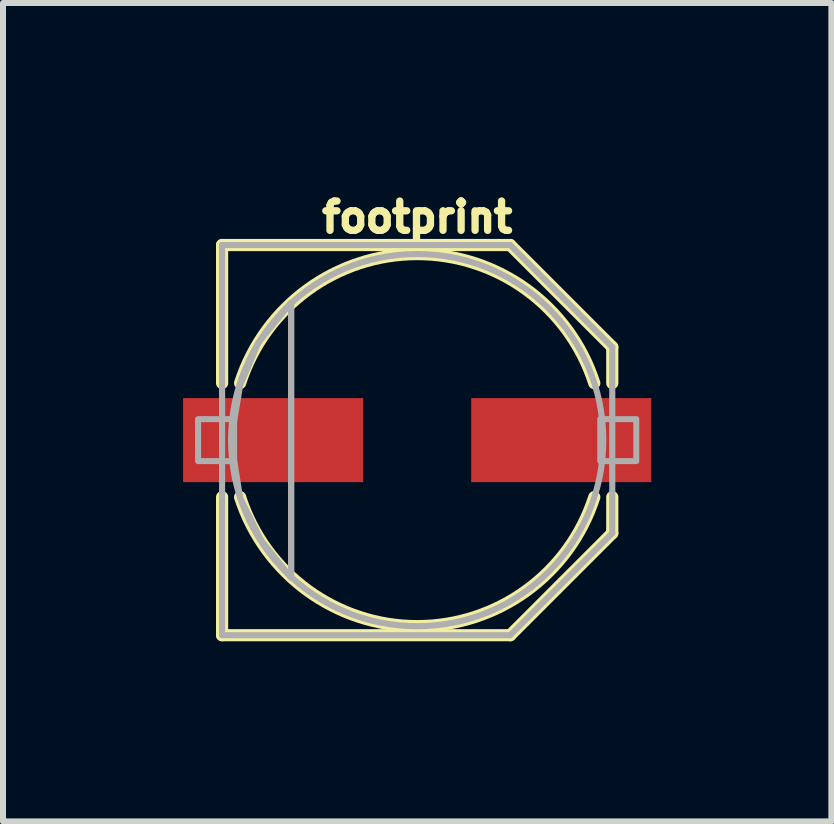
<source format=kicad_pcb>
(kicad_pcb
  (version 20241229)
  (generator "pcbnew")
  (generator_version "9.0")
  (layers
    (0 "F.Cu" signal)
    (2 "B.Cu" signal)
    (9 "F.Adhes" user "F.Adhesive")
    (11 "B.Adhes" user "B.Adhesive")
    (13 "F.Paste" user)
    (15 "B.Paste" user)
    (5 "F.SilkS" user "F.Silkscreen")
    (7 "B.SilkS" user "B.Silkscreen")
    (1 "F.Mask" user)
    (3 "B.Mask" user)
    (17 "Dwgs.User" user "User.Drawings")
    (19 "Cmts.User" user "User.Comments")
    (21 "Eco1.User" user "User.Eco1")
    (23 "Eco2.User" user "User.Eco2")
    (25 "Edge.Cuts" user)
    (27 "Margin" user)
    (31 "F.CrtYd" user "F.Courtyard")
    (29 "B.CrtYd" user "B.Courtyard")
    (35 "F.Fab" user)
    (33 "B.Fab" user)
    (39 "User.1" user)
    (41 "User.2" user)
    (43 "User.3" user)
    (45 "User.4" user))
  (footprint "footprint"
    (layer "F.Cu")
    (at 3.9 4.282)
    (property "Reference" "footprint" (at 0 -3.429 0) (layer "F.SilkS") (effects (font (size 0.488 0.488) (thickness 0.122)) (justify bottom)))
    (fp_line (start -3.25 -3.25) (end 1.55 -3.25) (stroke (width 0.203) (type solid)) (layer "F.SilkS"))
    (fp_line (start -3.25 -0.95) (end -3.25 -3.25) (stroke (width 0.203) (type solid)) (layer "F.SilkS"))
    (fp_line (start -3.25 3.25) (end -3.25 0.95) (stroke (width 0.203) (type solid)) (layer "F.SilkS"))
    (fp_line (start 1.55 -3.25) (end 3.25 -1.55) (stroke (width 0.203) (type solid)) (layer "F.SilkS"))
    (fp_line (start 1.55 3.25) (end -3.25 3.25) (stroke (width 0.203) (type solid)) (layer "F.SilkS"))
    (fp_line (start 3.25 -1.55) (end 3.25 -0.95) (stroke (width 0.203) (type solid)) (layer "F.SilkS"))
    (fp_line (start 3.25 0.95) (end 3.25 1.55) (stroke (width 0.203) (type solid)) (layer "F.SilkS"))
    (fp_line (start 3.25 1.55) (end 1.55 3.25) (stroke (width 0.203) (type solid)) (layer "F.SilkS"))
    (fp_arc (start -2.95 -0.95) (mid 0 -3.099193) (end 2.95 -0.95) (stroke (width 0.2032) (type solid)) (layer "F.SilkS"))
    (fp_arc (start 2.95 0.95) (mid 0 3.099193) (end -2.95 0.95) (stroke (width 0.2032) (type solid)) (layer "F.SilkS"))
    (fp_line (start -3.25 -3.25) (end 1.55 -3.25) (stroke (width 0.102) (type solid)) (layer "F.Fab"))
    (fp_line (start -3.25 3.25) (end -3.25 -3.25) (stroke (width 0.102) (type solid)) (layer "F.Fab"))
    (fp_line (start -2.1 -2.25) (end -2.1 2.2) (stroke (width 0.102) (type solid)) (layer "F.Fab"))
    (fp_line (start 1.55 -3.25) (end 3.25 -1.55) (stroke (width 0.102) (type solid)) (layer "F.Fab"))
    (fp_line (start 1.55 3.25) (end -3.25 3.25) (stroke (width 0.102) (type solid)) (layer "F.Fab"))
    (fp_line (start 3.25 -1.55) (end 3.25 1.55) (stroke (width 0.102) (type solid)) (layer "F.Fab"))
    (fp_line (start 3.25 1.55) (end 1.55 3.25) (stroke (width 0.102) (type solid)) (layer "F.Fab"))
    (fp_circle (center 0 0) (end 3.1 0) (stroke (width 0.102) (type solid)) (fill no) (layer "F.Fab"))
    (fp_poly (pts (xy -3.65 0.35) (xy -3.05 0.35) (xy -3.05 -0.35) (xy -3.65 -0.35)) (stroke (width 0.1) (type solid)) (fill no) (layer "F.Fab"))
    (fp_poly (pts (xy 3.05 0.35) (xy 3.65 0.35) (xy 3.65 -0.35) (xy 3.05 -0.35)) (stroke (width 0.1) (type solid)) (fill no) (layer "F.Fab"))
    (fp_poly (pts (xy -2.099 2.295) (xy -2.593 1.678) (xy -2.949 0.966) (xy -3.101 -0.00022) (xy -2.949 -0.914) (xy -2.644 -1.627) (xy -2.099 -2.292)) (stroke (width 0.1) (type solid)) (fill no) (layer "F.Fab"))
    (pad "+" smd rect (at 2.4 0) (size 3 1.4) (layers "F.Cu" "F.Mask" "F.Paste"))
    (pad "-" smd rect (at -2.4 0) (size 3 1.4) (layers "F.Cu" "F.Mask" "F.Paste")))
  (gr_rect
    (start -3 -3)
    (end 10.8 10.634)
    (stroke (width 0.1) (type default))
    (fill no)
    (layer "Edge.Cuts")))
</source>
